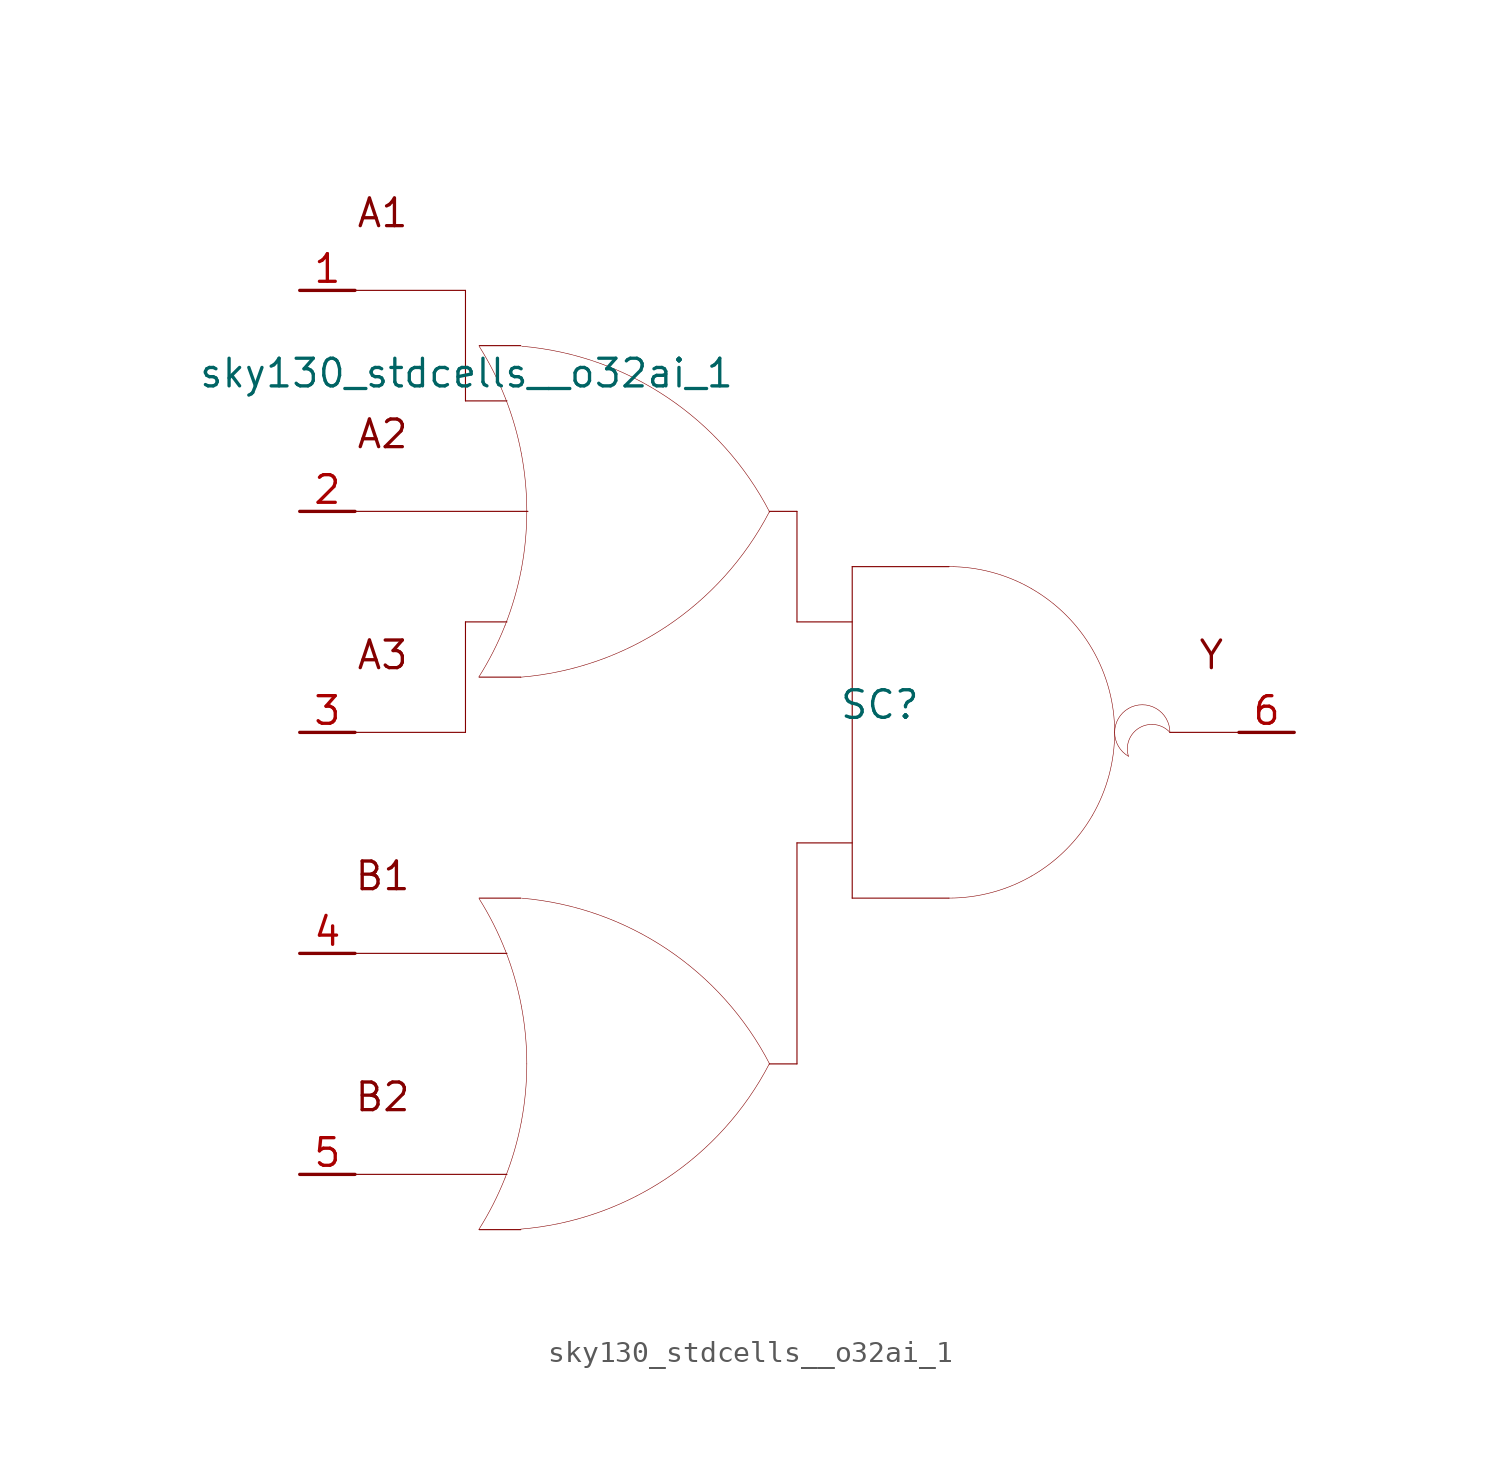
<source format=kicad_sym>
(kicad_symbol_lib
  (version 20211014)
  (generator kicad_symbol_editor)
  (symbol "sky130_stdcells__o32ai_1"
    (pin_names hide)
    (property "Reference" "SC"
      (at 3.81 1.27 0)
      (effects (font (size 1.27 1.27))))
    (property "Value" "sky130_stdcells__o32ai_1"
      (at -2.845 16.51 0)
      (effects (font (size 1.27 1.27)) (justify right)))
    (symbol "sky130_stdcells__o32ai_1_0_0"
      (arc (start -14.6255 -22.8542) (mid -13.968 -21.698) (end -13.4212 -20.4856) (stroke (width 0.0254) (type default) (color 0 0 0 0)) (fill (type none)))
      (arc (start -14.6255 2.5458) (mid -13.968 3.702) (end -13.4212 4.9144) (stroke (width 0.0254) (type default) (color 0 0 0 0)) (fill (type none)))
      (arc (start -13.4212 -20.4856) (mid -12.9863 -19.2155) (end -12.673 -17.9101) (stroke (width 0.0254) (type default) (color 0 0 0 0)) (fill (type none)))
      (arc (start -13.4212 4.9144) (mid -12.9863 6.1845) (end -12.673 7.4899) (stroke (width 0.0254) (type default) (color 0 0 0 0)) (fill (type none)))
      (arc (start -13.403 -10.0407) (mid -13.9512 -8.8152) (end -14.6123 -7.6468) (stroke (width 0.0254) (type default) (color 0 0 0 0)) (fill (type none)))
      (arc (start -13.403 15.3593) (mid -13.9512 16.5848) (end -14.6123 17.7532) (stroke (width 0.0254) (type default) (color 0 0 0 0)) (fill (type none)))
      (arc (start -12.705 -22.8377) (mid -6.011 -20.5132) (end -1.2741 -15.243) (stroke (width 0.0254) (type default) (color 0 0 0 0)) (fill (type none)))
      (arc (start -12.705 2.5369) (mid -6.011 4.8614) (end -1.2741 10.1316) (stroke (width 0.0254) (type default) (color 0 0 0 0)) (fill (type none)))
      (arc (start -12.673 -17.9101) (mid -12.4838 -16.581) (end -12.4206 -15.24) (stroke (width 0.0254) (type default) (color 0 0 0 0)) (fill (type none)))
      (arc (start -12.673 7.4899) (mid -12.4838 8.819) (end -12.4206 10.16) (stroke (width 0.0254) (type default) (color 0 0 0 0)) (fill (type none)))
      (arc (start -12.6684 -12.5944) (mid -12.9761 -11.3004) (end -13.403 -10.0407) (stroke (width 0.0254) (type default) (color 0 0 0 0)) (fill (type none)))
      (arc (start -12.6684 12.8056) (mid -12.9761 14.0996) (end -13.403 15.3593) (stroke (width 0.0254) (type default) (color 0 0 0 0)) (fill (type none)))
      (arc (start -12.4206 -15.24) (mid -12.4827 -13.9114) (end -12.6684 -12.5944) (stroke (width 0.0254) (type default) (color 0 0 0 0)) (fill (type none)))
      (arc (start -12.4206 10.16) (mid -12.4827 11.4886) (end -12.6684 12.8056) (stroke (width 0.0254) (type default) (color 0 0 0 0)) (fill (type none)))
      (arc (start -1.2513 -15.2556) (mid -5.9698 -9.969) (end -12.6556 -7.6211) (stroke (width 0.0254) (type default) (color 0 0 0 0)) (fill (type none)))
      (arc (start -1.2513 10.119) (mid -5.9698 15.4056) (end -12.6556 17.7535) (stroke (width 0.0254) (type default) (color 0 0 0 0)) (fill (type none)))
      (polyline (pts (xy -20.32 -20.32) (xy -13.335 -20.32)) (stroke (width 0.051) (type default) (color 0 0 0 0)) (fill (type none)))
      (polyline (pts (xy -20.32 -10.16) (xy -13.335 -10.16)) (stroke (width 0.051) (type default) (color 0 0 0 0)) (fill (type none)))
      (polyline (pts (xy -20.32 0) (xy -15.24 0)) (stroke (width 0.051) (type default) (color 0 0 0 0)) (fill (type none)))
      (polyline (pts (xy -20.32 10.16) (xy -12.37 10.16)) (stroke (width 0.051) (type default) (color 0 0 0 0)) (fill (type none)))
      (polyline (pts (xy -20.32 20.32) (xy -15.24 20.32)) (stroke (width 0.051) (type default) (color 0 0 0 0)) (fill (type none)))
      (polyline (pts (xy -15.24 5.08) (xy -15.24 0)) (stroke (width 0.051) (type default) (color 0 0 0 0)) (fill (type none)))
      (polyline (pts (xy -15.24 5.08) (xy -13.335 5.08)) (stroke (width 0.051) (type default) (color 0 0 0 0)) (fill (type none)))
      (polyline (pts (xy -15.24 15.24) (xy -13.335 15.24)) (stroke (width 0.051) (type default) (color 0 0 0 0)) (fill (type none)))
      (polyline (pts (xy -15.24 20.32) (xy -15.24 15.24)) (stroke (width 0.051) (type default) (color 0 0 0 0)) (fill (type none)))
      (polyline (pts (xy -14.605 -22.86) (xy -12.7 -22.86)) (stroke (width 0.051) (type default) (color 0 0 0 0)) (fill (type none)))
      (polyline (pts (xy -14.605 -7.62) (xy -12.7 -7.62)) (stroke (width 0.051) (type default) (color 0 0 0 0)) (fill (type none)))
      (polyline (pts (xy -14.605 2.54) (xy -12.7 2.54)) (stroke (width 0.051) (type default) (color 0 0 0 0)) (fill (type none)))
      (polyline (pts (xy -14.605 17.78) (xy -12.7 17.78)) (stroke (width 0.051) (type default) (color 0 0 0 0)) (fill (type none)))
      (polyline (pts (xy -1.27 -15.24) (xy 0 -15.24)) (stroke (width 0.051) (type default) (color 0 0 0 0)) (fill (type none)))
      (polyline (pts (xy -1.27 10.16) (xy 0 10.16)) (stroke (width 0.051) (type default) (color 0 0 0 0)) (fill (type none)))
      (polyline (pts (xy 0 -5.08) (xy 0 -15.24)) (stroke (width 0.051) (type default) (color 0 0 0 0)) (fill (type none)))
      (polyline (pts (xy 0 -5.08) (xy 2.54 -5.08)) (stroke (width 0.051) (type default) (color 0 0 0 0)) (fill (type none)))
      (polyline (pts (xy 0 5.08) (xy 2.54 5.08)) (stroke (width 0.051) (type default) (color 0 0 0 0)) (fill (type none)))
      (polyline (pts (xy 0 10.16) (xy 0 5.08)) (stroke (width 0.051) (type default) (color 0 0 0 0)) (fill (type none)))
      (polyline (pts (xy 2.54 -7.62) (xy 6.985 -7.62)) (stroke (width 0.051) (type default) (color 0 0 0 0)) (fill (type none)))
      (polyline (pts (xy 2.54 7.62) (xy 2.54 -7.62)) (stroke (width 0.051) (type default) (color 0 0 0 0)) (fill (type none)))
      (polyline (pts (xy 2.54 7.62) (xy 6.985 7.62)) (stroke (width 0.051) (type default) (color 0 0 0 0)) (fill (type none)))
      (polyline (pts (xy 17.145 0) (xy 20.32 0)) (stroke (width 0.051) (type default) (color 0 0 0 0)) (fill (type none)))
      (arc (start 6.985 -7.62) (mid 8.9572 -7.3604) (end 10.795 -6.5991) (stroke (width 0.0254) (type default) (color 0 0 0 0)) (fill (type none)))
      (arc (start 10.795 -6.5991) (mid 12.3731 -5.3881) (end 13.5841 -3.81) (stroke (width 0.0254) (type default) (color 0 0 0 0)) (fill (type none)))
      (arc (start 10.795 6.5991) (mid 8.9572 7.3603) (end 6.985 7.62) (stroke (width 0.0254) (type default) (color 0 0 0 0)) (fill (type none)))
      (arc (start 13.5841 -3.81) (mid 14.3453 -1.9722) (end 14.605 0) (stroke (width 0.0254) (type default) (color 0 0 0 0)) (fill (type none)))
      (arc (start 13.5841 3.81) (mid 12.3731 5.3881) (end 10.795 6.5991) (stroke (width 0.0254) (type default) (color 0 0 0 0)) (fill (type none)))
      (arc (start 14.605 0) (mid 14.3454 1.9722) (end 13.5841 3.81) (stroke (width 0.0254) (type default) (color 0 0 0 0)) (fill (type none)))
      (arc (start 15.24 1.0999) (mid 14.605 0) (end 15.24 -1.0999) (stroke (width 0.0254) (type default) (color 0 0 0 0)) (fill (type none)))
      (arc (start 17.145 0) (mid 15.2881 0.4743) (end 15.24 -1.0999) (stroke (width 0.0254) (type default) (color 0 0 0 0)) (fill (type none)))
      (arc (start 17.145 0) (mid 16.51 1.0998) (end 15.24 1.0999) (stroke (width 0.0254) (type default) (color 0 0 0 0)) (fill (type none)))
      (text "A1" (at -19.05 23.876 0) (effects (font (size 1.27 1.27))))
      (text "A2" (at -19.05 13.716 0) (effects (font (size 1.27 1.27))))
      (text "A3" (at -19.05 3.556 0) (effects (font (size 1.27 1.27))))
      (text "B1" (at -19.05 -6.604 0) (effects (font (size 1.27 1.27))))
      (text "B2" (at -19.05 -16.764 0) (effects (font (size 1.27 1.27))))
      (text "Y" (at 19.05 3.556 0) (effects (font (size 1.27 1.27)))))
    (symbol "sky130_stdcells__o32ai_1_1_1"
      (pin input line (at -22.86 20.32 0) (length 2.54) (name "A1" (effects (font (size 1.092 1.092)))) (number "1" (effects (font (size 1.27 1.27)))))
      (pin input line (at -22.86 10.16 0) (length 2.54) (name "A2" (effects (font (size 1.092 1.092)))) (number "2" (effects (font (size 1.27 1.27)))))
      (pin input line (at -22.86 0 0) (length 2.54) (name "A3" (effects (font (size 1.092 1.092)))) (number "3" (effects (font (size 1.27 1.27)))))
      (pin input line (at -22.86 -10.16 0) (length 2.54) (name "B1" (effects (font (size 1.092 1.092)))) (number "4" (effects (font (size 1.27 1.27)))))
      (pin input line (at -22.86 -20.32 0) (length 2.54) (name "B2" (effects (font (size 1.092 1.092)))) (number "5" (effects (font (size 1.27 1.27)))))
      (pin output line (at 22.86 0 180) (length 2.54) (name "Y" (effects (font (size 1.092 1.092)))) (number "6" (effects (font (size 1.27 1.27))))))))
</source>
